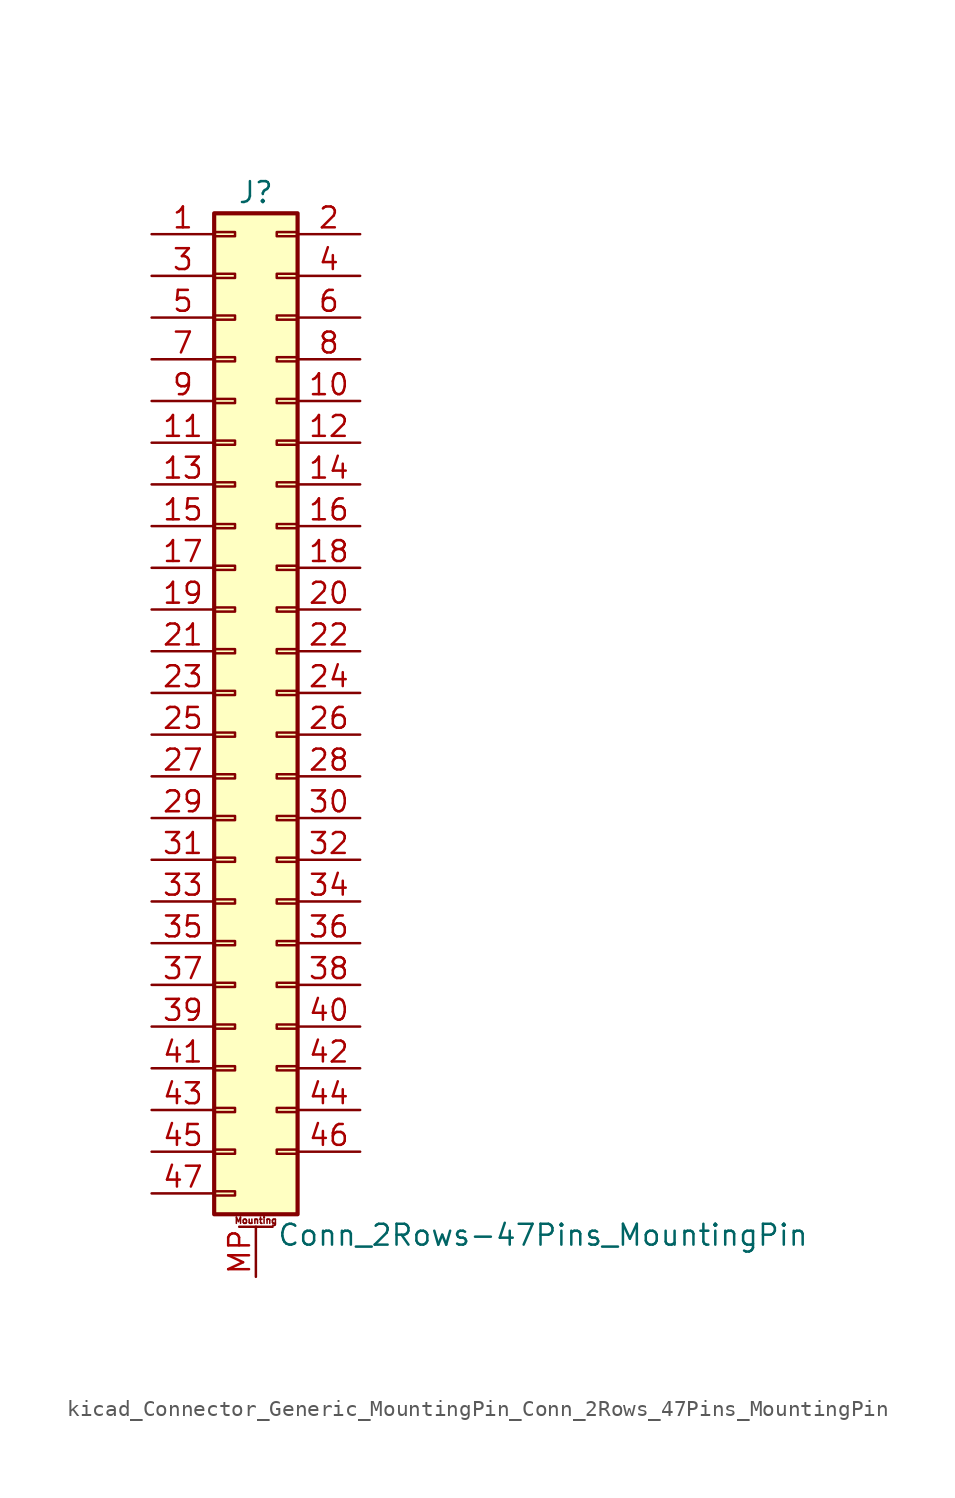
<source format=kicad_sym>
(kicad_symbol_lib
  (version 20220914)
  (generator kicad_symbol_editor)
  (symbol "kicad_Connector_Generic_MountingPin_Conn_2Rows_47Pins_MountingPin"
    (pin_names
      (offset 1.016) hide)
    (property "Reference" "J"
      (at 1.27 30.48 0)
      (effects (font (size 1.27 1.27))))
    (property "Value" "Conn_2Rows-47Pins_MountingPin"
      (at 2.54 -33.02 0)
      (effects (font (size 1.27 1.27)) (justify left)))
    (symbol "kicad_Connector_Generic_MountingPin_Conn_2Rows_47Pins_MountingPin_1_1"
      (rectangle (start -1.27 -30.353) (end 0 -30.607) (stroke (width 0.152) (type default)) (fill (type none)))
      (rectangle (start -1.27 -27.813) (end 0 -28.067) (stroke (width 0.152) (type default)) (fill (type none)))
      (rectangle (start -1.27 -25.273) (end 0 -25.527) (stroke (width 0.152) (type default)) (fill (type none)))
      (rectangle (start -1.27 -22.733) (end 0 -22.987) (stroke (width 0.152) (type default)) (fill (type none)))
      (rectangle (start -1.27 -20.193) (end 0 -20.447) (stroke (width 0.152) (type default)) (fill (type none)))
      (rectangle (start -1.27 -17.653) (end 0 -17.907) (stroke (width 0.152) (type default)) (fill (type none)))
      (rectangle (start -1.27 -15.113) (end 0 -15.367) (stroke (width 0.152) (type default)) (fill (type none)))
      (rectangle (start -1.27 -12.573) (end 0 -12.827) (stroke (width 0.152) (type default)) (fill (type none)))
      (rectangle (start -1.27 -10.033) (end 0 -10.287) (stroke (width 0.152) (type default)) (fill (type none)))
      (rectangle (start -1.27 -7.493) (end 0 -7.747) (stroke (width 0.152) (type default)) (fill (type none)))
      (rectangle (start -1.27 -4.953) (end 0 -5.207) (stroke (width 0.152) (type default)) (fill (type none)))
      (rectangle (start -1.27 -2.413) (end 0 -2.667) (stroke (width 0.152) (type default)) (fill (type none)))
      (rectangle (start -1.27 0.127) (end 0 -0.127) (stroke (width 0.152) (type default)) (fill (type none)))
      (rectangle (start -1.27 2.667) (end 0 2.413) (stroke (width 0.152) (type default)) (fill (type none)))
      (rectangle (start -1.27 5.207) (end 0 4.953) (stroke (width 0.152) (type default)) (fill (type none)))
      (rectangle (start -1.27 7.747) (end 0 7.493) (stroke (width 0.152) (type default)) (fill (type none)))
      (rectangle (start -1.27 10.287) (end 0 10.033) (stroke (width 0.152) (type default)) (fill (type none)))
      (rectangle (start -1.27 12.827) (end 0 12.573) (stroke (width 0.152) (type default)) (fill (type none)))
      (rectangle (start -1.27 15.367) (end 0 15.113) (stroke (width 0.152) (type default)) (fill (type none)))
      (rectangle (start -1.27 17.907) (end 0 17.653) (stroke (width 0.152) (type default)) (fill (type none)))
      (rectangle (start -1.27 20.447) (end 0 20.193) (stroke (width 0.152) (type default)) (fill (type none)))
      (rectangle (start -1.27 22.987) (end 0 22.733) (stroke (width 0.152) (type default)) (fill (type none)))
      (rectangle (start -1.27 25.527) (end 0 25.273) (stroke (width 0.152) (type default)) (fill (type none)))
      (rectangle (start -1.27 28.067) (end 0 27.813) (stroke (width 0.152) (type default)) (fill (type none)))
      (rectangle (start -1.27 29.21) (end 3.81 -31.75) (stroke (width 0.254) (type default)) (fill (type background)))
      (polyline (pts (xy 0.254 -32.512) (xy 2.286 -32.512)) (stroke (width 0.152) (type default)) (fill (type none)))
      (rectangle (start 3.81 -27.813) (end 2.54 -28.067) (stroke (width 0.152) (type default)) (fill (type none)))
      (rectangle (start 3.81 -25.273) (end 2.54 -25.527) (stroke (width 0.152) (type default)) (fill (type none)))
      (rectangle (start 3.81 -22.733) (end 2.54 -22.987) (stroke (width 0.152) (type default)) (fill (type none)))
      (rectangle (start 3.81 -20.193) (end 2.54 -20.447) (stroke (width 0.152) (type default)) (fill (type none)))
      (rectangle (start 3.81 -17.653) (end 2.54 -17.907) (stroke (width 0.152) (type default)) (fill (type none)))
      (rectangle (start 3.81 -15.113) (end 2.54 -15.367) (stroke (width 0.152) (type default)) (fill (type none)))
      (rectangle (start 3.81 -12.573) (end 2.54 -12.827) (stroke (width 0.152) (type default)) (fill (type none)))
      (rectangle (start 3.81 -10.033) (end 2.54 -10.287) (stroke (width 0.152) (type default)) (fill (type none)))
      (rectangle (start 3.81 -7.493) (end 2.54 -7.747) (stroke (width 0.152) (type default)) (fill (type none)))
      (rectangle (start 3.81 -4.953) (end 2.54 -5.207) (stroke (width 0.152) (type default)) (fill (type none)))
      (rectangle (start 3.81 -2.413) (end 2.54 -2.667) (stroke (width 0.152) (type default)) (fill (type none)))
      (rectangle (start 3.81 0.127) (end 2.54 -0.127) (stroke (width 0.152) (type default)) (fill (type none)))
      (rectangle (start 3.81 2.667) (end 2.54 2.413) (stroke (width 0.152) (type default)) (fill (type none)))
      (rectangle (start 3.81 5.207) (end 2.54 4.953) (stroke (width 0.152) (type default)) (fill (type none)))
      (rectangle (start 3.81 7.747) (end 2.54 7.493) (stroke (width 0.152) (type default)) (fill (type none)))
      (rectangle (start 3.81 10.287) (end 2.54 10.033) (stroke (width 0.152) (type default)) (fill (type none)))
      (rectangle (start 3.81 12.827) (end 2.54 12.573) (stroke (width 0.152) (type default)) (fill (type none)))
      (rectangle (start 3.81 15.367) (end 2.54 15.113) (stroke (width 0.152) (type default)) (fill (type none)))
      (rectangle (start 3.81 17.907) (end 2.54 17.653) (stroke (width 0.152) (type default)) (fill (type none)))
      (rectangle (start 3.81 20.447) (end 2.54 20.193) (stroke (width 0.152) (type default)) (fill (type none)))
      (rectangle (start 3.81 22.987) (end 2.54 22.733) (stroke (width 0.152) (type default)) (fill (type none)))
      (rectangle (start 3.81 25.527) (end 2.54 25.273) (stroke (width 0.152) (type default)) (fill (type none)))
      (rectangle (start 3.81 28.067) (end 2.54 27.813) (stroke (width 0.152) (type default)) (fill (type none)))
      (text "Mounting" (at 1.27 -32.131 0) (effects (font (size 0.381 0.381))))
      (pin passive line (at -5.08 27.94 0) (length 3.81) (name "Pin_1" (effects (font (size 1.27 1.27)))) (number "1" (effects (font (size 1.27 1.27)))))
      (pin passive line (at 7.62 17.78 180) (length 3.81) (name "Pin_10" (effects (font (size 1.27 1.27)))) (number "10" (effects (font (size 1.27 1.27)))))
      (pin passive line (at -5.08 15.24 0) (length 3.81) (name "Pin_11" (effects (font (size 1.27 1.27)))) (number "11" (effects (font (size 1.27 1.27)))))
      (pin passive line (at 7.62 15.24 180) (length 3.81) (name "Pin_12" (effects (font (size 1.27 1.27)))) (number "12" (effects (font (size 1.27 1.27)))))
      (pin passive line (at -5.08 12.7 0) (length 3.81) (name "Pin_13" (effects (font (size 1.27 1.27)))) (number "13" (effects (font (size 1.27 1.27)))))
      (pin passive line (at 7.62 12.7 180) (length 3.81) (name "Pin_14" (effects (font (size 1.27 1.27)))) (number "14" (effects (font (size 1.27 1.27)))))
      (pin passive line (at -5.08 10.16 0) (length 3.81) (name "Pin_15" (effects (font (size 1.27 1.27)))) (number "15" (effects (font (size 1.27 1.27)))))
      (pin passive line (at 7.62 10.16 180) (length 3.81) (name "Pin_16" (effects (font (size 1.27 1.27)))) (number "16" (effects (font (size 1.27 1.27)))))
      (pin passive line (at -5.08 7.62 0) (length 3.81) (name "Pin_17" (effects (font (size 1.27 1.27)))) (number "17" (effects (font (size 1.27 1.27)))))
      (pin passive line (at 7.62 7.62 180) (length 3.81) (name "Pin_18" (effects (font (size 1.27 1.27)))) (number "18" (effects (font (size 1.27 1.27)))))
      (pin passive line (at -5.08 5.08 0) (length 3.81) (name "Pin_19" (effects (font (size 1.27 1.27)))) (number "19" (effects (font (size 1.27 1.27)))))
      (pin passive line (at 7.62 27.94 180) (length 3.81) (name "Pin_2" (effects (font (size 1.27 1.27)))) (number "2" (effects (font (size 1.27 1.27)))))
      (pin passive line (at 7.62 5.08 180) (length 3.81) (name "Pin_20" (effects (font (size 1.27 1.27)))) (number "20" (effects (font (size 1.27 1.27)))))
      (pin passive line (at -5.08 2.54 0) (length 3.81) (name "Pin_21" (effects (font (size 1.27 1.27)))) (number "21" (effects (font (size 1.27 1.27)))))
      (pin passive line (at 7.62 2.54 180) (length 3.81) (name "Pin_22" (effects (font (size 1.27 1.27)))) (number "22" (effects (font (size 1.27 1.27)))))
      (pin passive line (at -5.08 0 0) (length 3.81) (name "Pin_23" (effects (font (size 1.27 1.27)))) (number "23" (effects (font (size 1.27 1.27)))))
      (pin passive line (at 7.62 0 180) (length 3.81) (name "Pin_24" (effects (font (size 1.27 1.27)))) (number "24" (effects (font (size 1.27 1.27)))))
      (pin passive line (at -5.08 -2.54 0) (length 3.81) (name "Pin_25" (effects (font (size 1.27 1.27)))) (number "25" (effects (font (size 1.27 1.27)))))
      (pin passive line (at 7.62 -2.54 180) (length 3.81) (name "Pin_26" (effects (font (size 1.27 1.27)))) (number "26" (effects (font (size 1.27 1.27)))))
      (pin passive line (at -5.08 -5.08 0) (length 3.81) (name "Pin_27" (effects (font (size 1.27 1.27)))) (number "27" (effects (font (size 1.27 1.27)))))
      (pin passive line (at 7.62 -5.08 180) (length 3.81) (name "Pin_28" (effects (font (size 1.27 1.27)))) (number "28" (effects (font (size 1.27 1.27)))))
      (pin passive line (at -5.08 -7.62 0) (length 3.81) (name "Pin_29" (effects (font (size 1.27 1.27)))) (number "29" (effects (font (size 1.27 1.27)))))
      (pin passive line (at -5.08 25.4 0) (length 3.81) (name "Pin_3" (effects (font (size 1.27 1.27)))) (number "3" (effects (font (size 1.27 1.27)))))
      (pin passive line (at 7.62 -7.62 180) (length 3.81) (name "Pin_30" (effects (font (size 1.27 1.27)))) (number "30" (effects (font (size 1.27 1.27)))))
      (pin passive line (at -5.08 -10.16 0) (length 3.81) (name "Pin_31" (effects (font (size 1.27 1.27)))) (number "31" (effects (font (size 1.27 1.27)))))
      (pin passive line (at 7.62 -10.16 180) (length 3.81) (name "Pin_32" (effects (font (size 1.27 1.27)))) (number "32" (effects (font (size 1.27 1.27)))))
      (pin passive line (at -5.08 -12.7 0) (length 3.81) (name "Pin_33" (effects (font (size 1.27 1.27)))) (number "33" (effects (font (size 1.27 1.27)))))
      (pin passive line (at 7.62 -12.7 180) (length 3.81) (name "Pin_34" (effects (font (size 1.27 1.27)))) (number "34" (effects (font (size 1.27 1.27)))))
      (pin passive line (at -5.08 -15.24 0) (length 3.81) (name "Pin_35" (effects (font (size 1.27 1.27)))) (number "35" (effects (font (size 1.27 1.27)))))
      (pin passive line (at 7.62 -15.24 180) (length 3.81) (name "Pin_36" (effects (font (size 1.27 1.27)))) (number "36" (effects (font (size 1.27 1.27)))))
      (pin passive line (at -5.08 -17.78 0) (length 3.81) (name "Pin_37" (effects (font (size 1.27 1.27)))) (number "37" (effects (font (size 1.27 1.27)))))
      (pin passive line (at 7.62 -17.78 180) (length 3.81) (name "Pin_38" (effects (font (size 1.27 1.27)))) (number "38" (effects (font (size 1.27 1.27)))))
      (pin passive line (at -5.08 -20.32 0) (length 3.81) (name "Pin_39" (effects (font (size 1.27 1.27)))) (number "39" (effects (font (size 1.27 1.27)))))
      (pin passive line (at 7.62 25.4 180) (length 3.81) (name "Pin_4" (effects (font (size 1.27 1.27)))) (number "4" (effects (font (size 1.27 1.27)))))
      (pin passive line (at 7.62 -20.32 180) (length 3.81) (name "Pin_40" (effects (font (size 1.27 1.27)))) (number "40" (effects (font (size 1.27 1.27)))))
      (pin passive line (at -5.08 -22.86 0) (length 3.81) (name "Pin_41" (effects (font (size 1.27 1.27)))) (number "41" (effects (font (size 1.27 1.27)))))
      (pin passive line (at 7.62 -22.86 180) (length 3.81) (name "Pin_42" (effects (font (size 1.27 1.27)))) (number "42" (effects (font (size 1.27 1.27)))))
      (pin passive line (at -5.08 -25.4 0) (length 3.81) (name "Pin_43" (effects (font (size 1.27 1.27)))) (number "43" (effects (font (size 1.27 1.27)))))
      (pin passive line (at 7.62 -25.4 180) (length 3.81) (name "Pin_44" (effects (font (size 1.27 1.27)))) (number "44" (effects (font (size 1.27 1.27)))))
      (pin passive line (at -5.08 -27.94 0) (length 3.81) (name "Pin_45" (effects (font (size 1.27 1.27)))) (number "45" (effects (font (size 1.27 1.27)))))
      (pin passive line (at 7.62 -27.94 180) (length 3.81) (name "Pin_46" (effects (font (size 1.27 1.27)))) (number "46" (effects (font (size 1.27 1.27)))))
      (pin passive line (at -5.08 -30.48 0) (length 3.81) (name "Pin_47" (effects (font (size 1.27 1.27)))) (number "47" (effects (font (size 1.27 1.27)))))
      (pin passive line (at -5.08 22.86 0) (length 3.81) (name "Pin_5" (effects (font (size 1.27 1.27)))) (number "5" (effects (font (size 1.27 1.27)))))
      (pin passive line (at 7.62 22.86 180) (length 3.81) (name "Pin_6" (effects (font (size 1.27 1.27)))) (number "6" (effects (font (size 1.27 1.27)))))
      (pin passive line (at -5.08 20.32 0) (length 3.81) (name "Pin_7" (effects (font (size 1.27 1.27)))) (number "7" (effects (font (size 1.27 1.27)))))
      (pin passive line (at 7.62 20.32 180) (length 3.81) (name "Pin_8" (effects (font (size 1.27 1.27)))) (number "8" (effects (font (size 1.27 1.27)))))
      (pin passive line (at -5.08 17.78 0) (length 3.81) (name "Pin_9" (effects (font (size 1.27 1.27)))) (number "9" (effects (font (size 1.27 1.27)))))
      (pin passive line (at 1.27 -35.56 90) (length 3.048) (name "MountPin" (effects (font (size 1.27 1.27)))) (number "MP" (effects (font (size 1.27 1.27))))))))
</source>
